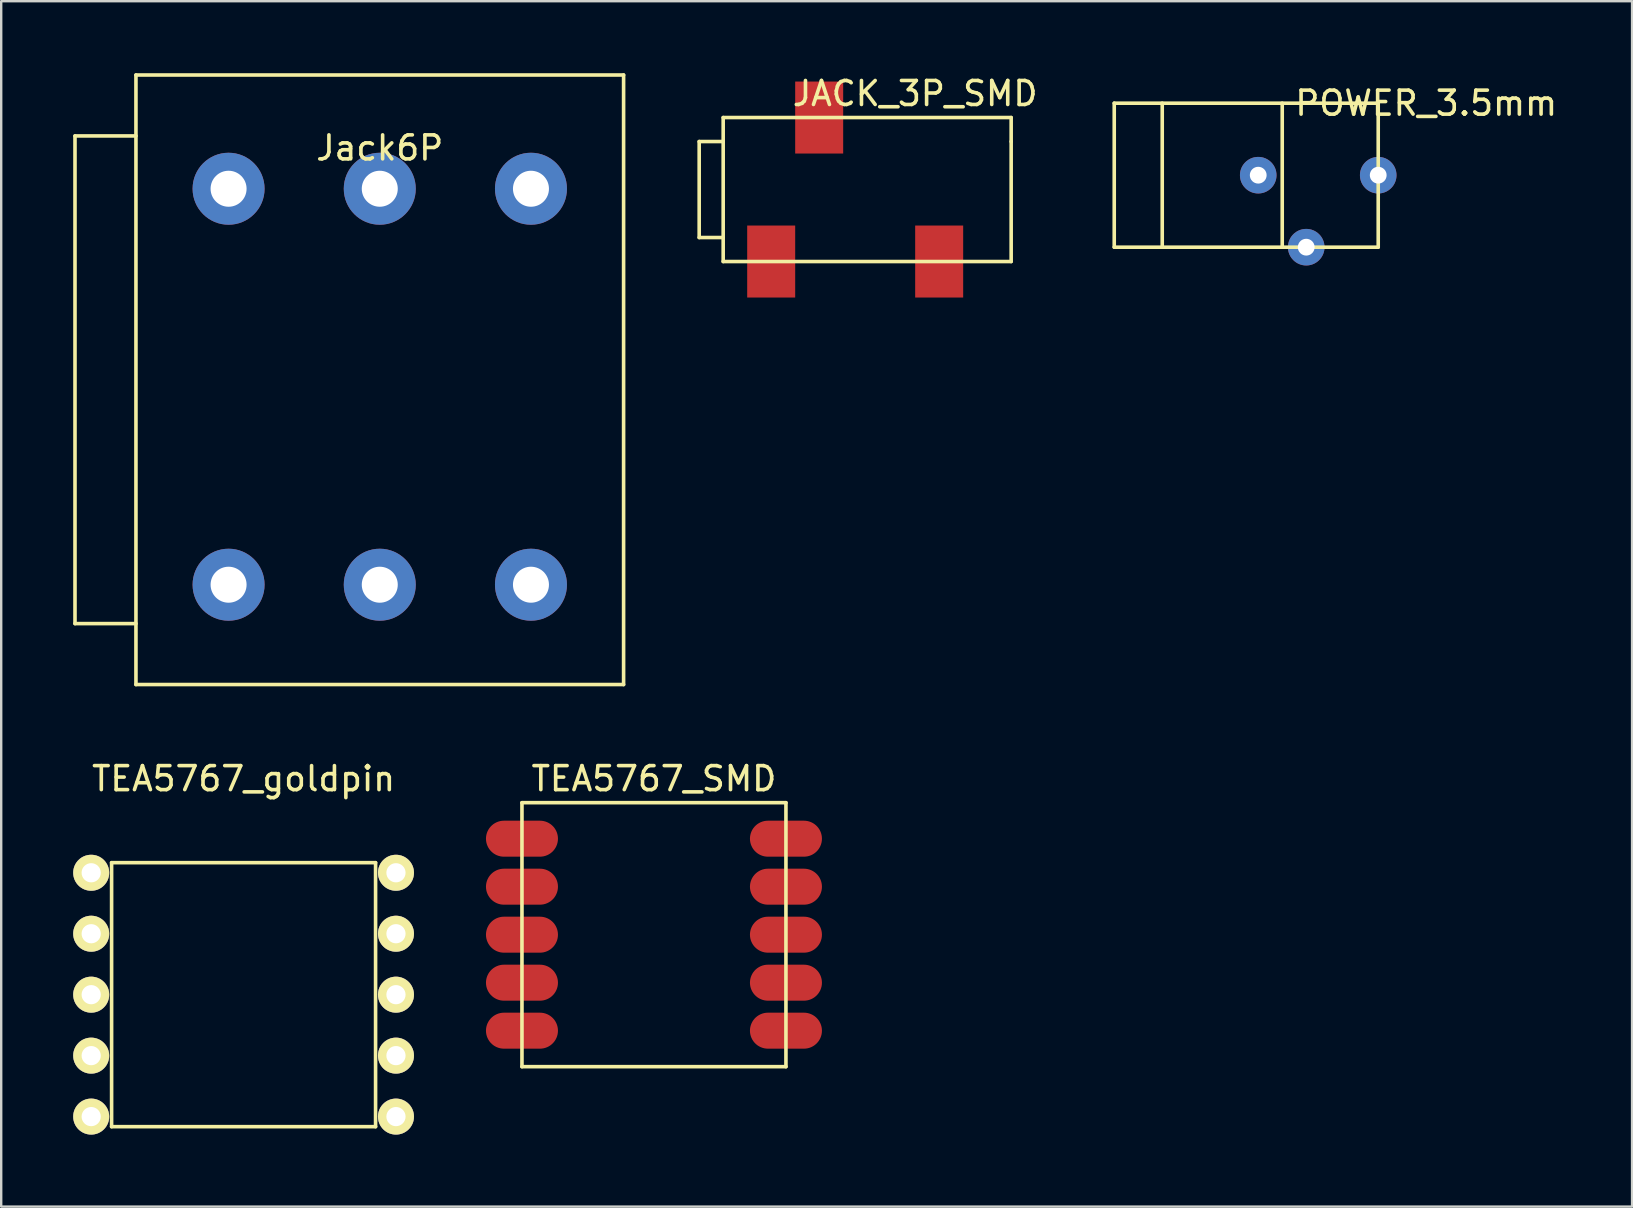
<source format=kicad_pcb>
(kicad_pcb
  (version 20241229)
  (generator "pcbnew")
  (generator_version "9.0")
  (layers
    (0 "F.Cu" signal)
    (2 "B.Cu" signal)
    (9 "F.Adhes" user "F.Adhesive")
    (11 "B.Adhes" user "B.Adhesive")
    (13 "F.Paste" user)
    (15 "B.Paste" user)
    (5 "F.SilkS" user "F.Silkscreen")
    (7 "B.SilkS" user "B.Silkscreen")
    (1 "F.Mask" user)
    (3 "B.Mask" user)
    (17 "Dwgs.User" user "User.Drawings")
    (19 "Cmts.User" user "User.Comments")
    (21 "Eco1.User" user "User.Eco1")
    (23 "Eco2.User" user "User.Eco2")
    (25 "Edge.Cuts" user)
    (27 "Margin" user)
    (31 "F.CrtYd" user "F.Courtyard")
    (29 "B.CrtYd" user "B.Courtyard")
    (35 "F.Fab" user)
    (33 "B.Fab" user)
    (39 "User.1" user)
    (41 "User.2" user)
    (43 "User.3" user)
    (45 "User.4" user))
  (footprint "JACK_3P_SMD"
    (layer "F.Cu")
    (at 36.085 7.848)
    (property "Reference" "JACK_3P_SMD" (at -1 -7 0) (layer "F.SilkS") (effects (font (size 1 1) (thickness 0.15))))
    (attr through_hole)
    (fp_line (start -10 -5) (end -10 -1) (stroke (width 0.15) (type solid)) (layer "F.SilkS"))
    (fp_line (start -10 -1) (end -9 -1) (stroke (width 0.15) (type solid)) (layer "F.SilkS"))
    (fp_line (start -9 -6) (end 3 -6) (stroke (width 0.15) (type solid)) (layer "F.SilkS"))
    (fp_line (start -9 -5) (end -10 -5) (stroke (width 0.15) (type solid)) (layer "F.SilkS"))
    (fp_line (start -9 -5) (end -9 -6) (stroke (width 0.15) (type solid)) (layer "F.SilkS"))
    (fp_line (start -9 -5) (end -9 0) (stroke (width 0.15) (type solid)) (layer "F.SilkS"))
    (fp_line (start -9 0) (end 3 0) (stroke (width 0.15) (type solid)) (layer "F.SilkS"))
    (fp_line (start 3 -6) (end 3 -5) (stroke (width 0.15) (type solid)) (layer "F.SilkS"))
    (fp_line (start 3 0) (end 3 -5) (stroke (width 0.15) (type solid)) (layer "F.SilkS"))
    (pad "1" smd rect (at 0 0) (size 2 3) (layers "F.Cu" "F.Mask" "F.Paste"))
    (pad "2" smd rect (at -5 -6) (size 2 3) (layers "F.Cu" "F.Mask" "F.Paste"))
    (pad "3" smd rect (at -7 0) (size 2 3) (layers "F.Cu" "F.Mask" "F.Paste")))
  (footprint "Jack6P"
    (layer "F.Cu")
    (at 12.775 2.615)
    (property "Reference" "Jack6P" (at 0 0.5 0) (layer "F.SilkS") (effects (font (size 1 1) (thickness 0.15))))
    (attr through_hole)
    (fp_line (start -12.7 0) (end -12.7 20.32) (stroke (width 0.15) (type solid)) (layer "F.SilkS"))
    (fp_line (start -12.7 20.32) (end -10.16 20.32) (stroke (width 0.15) (type solid)) (layer "F.SilkS"))
    (fp_line (start -10.16 -2.54) (end -10.16 22.86) (stroke (width 0.15) (type solid)) (layer "F.SilkS"))
    (fp_line (start -10.16 0) (end -12.7 0) (stroke (width 0.15) (type solid)) (layer "F.SilkS"))
    (fp_line (start -10.16 22.86) (end 10.16 22.86) (stroke (width 0.15) (type solid)) (layer "F.SilkS"))
    (fp_line (start 10.16 -2.54) (end -10.16 -2.54) (stroke (width 0.15) (type solid)) (layer "F.SilkS"))
    (fp_line (start 10.16 22.86) (end 10.16 -2.54) (stroke (width 0.15) (type solid)) (layer "F.SilkS"))
    (pad "1" thru_hole circle (at 6.3 18.7) (size 3 3) (drill 1.5) (layers "*.Cu" "*.Mask"))
    (pad "2" thru_hole circle (at 0 18.7) (size 3 3) (drill 1.5) (layers "*.Cu" "*.Mask"))
    (pad "3" thru_hole circle (at -6.3 18.7) (size 3 3) (drill 1.5) (layers "*.Cu" "*.Mask"))
    (pad "11" thru_hole circle (at 6.3 2.2) (size 3 3) (drill 1.5) (layers "*.Cu" "*.Mask"))
    (pad "21" thru_hole circle (at 0 2.2) (size 3 3) (drill 1.5) (layers "*.Cu" "*.Mask"))
    (pad "31" thru_hole circle (at -6.3 2.2) (size 3 3) (drill 1.5) (layers "*.Cu" "*.Mask")))
  (footprint "TEA5767_goldpin"
    (layer "F.Cu")
    (at 7.1 38.398)
    (property "Reference" "TEA5767_goldpin" (at 0 -9 0) (layer "F.SilkS") (effects (font (size 1 1) (thickness 0.15))))
    (attr through_hole)
    (fp_line (start -5.5 -5.5) (end -5.5 5.5) (stroke (width 0.15) (type solid)) (layer "F.SilkS"))
    (fp_line (start -5.5 5.5) (end 5.5 5.5) (stroke (width 0.15) (type solid)) (layer "F.SilkS"))
    (fp_line (start 5.5 -5.5) (end -5.5 -5.5) (stroke (width 0.15) (type solid)) (layer "F.SilkS"))
    (fp_line (start 5.5 5.5) (end 5.5 -5.5) (stroke (width 0.15) (type solid)) (layer "F.SilkS"))
    (pad "1" thru_hole circle (at -6.35 -5.08) (size 1.5 1.5) (drill 0.8) (layers "*.Cu" "*.Mask" "F.SilkS"))
    (pad "2" thru_hole circle (at -6.35 -2.54) (size 1.5 1.5) (drill 0.8) (layers "*.Cu" "*.Mask" "F.SilkS"))
    (pad "3" thru_hole circle (at -6.35 0) (size 1.5 1.5) (drill 0.8) (layers "*.Cu" "*.Mask" "F.SilkS"))
    (pad "4" thru_hole circle (at -6.35 2.54) (size 1.5 1.5) (drill 0.8) (layers "*.Cu" "*.Mask" "F.SilkS"))
    (pad "5" thru_hole circle (at -6.35 5.08) (size 1.5 1.5) (drill 0.8) (layers "*.Cu" "*.Mask" "F.SilkS"))
    (pad "6" thru_hole circle (at 6.35 5.08) (size 1.5 1.5) (drill 0.8) (layers "*.Cu" "*.Mask" "F.SilkS"))
    (pad "7" thru_hole circle (at 6.35 2.54) (size 1.5 1.5) (drill 0.8) (layers "*.Cu" "*.Mask" "F.SilkS"))
    (pad "8" thru_hole circle (at 6.35 0) (size 1.5 1.5) (drill 0.8) (layers "*.Cu" "*.Mask" "F.SilkS"))
    (pad "9" thru_hole circle (at 6.35 -2.54) (size 1.5 1.5) (drill 0.8) (layers "*.Cu" "*.Mask" "F.SilkS"))
    (pad "10" thru_hole circle (at 6.35 -5.08) (size 1.5 1.5) (drill 0.8) (layers "*.Cu" "*.Mask" "F.SilkS")))
  (footprint "TEA5767_SMD"
    (layer "F.Cu")
    (at 24.2 35.898)
    (property "Reference" "TEA5767_SMD" (at 0 -6.5 0) (layer "F.SilkS") (effects (font (size 1 1) (thickness 0.15))))
    (attr through_hole)
    (fp_line (start -5.5 -5.5) (end -5.5 5.5) (stroke (width 0.15) (type solid)) (layer "F.SilkS"))
    (fp_line (start -5.5 5.5) (end 5.5 5.5) (stroke (width 0.15) (type solid)) (layer "F.SilkS"))
    (fp_line (start 5.5 -5.5) (end -5.5 -5.5) (stroke (width 0.15) (type solid)) (layer "F.SilkS"))
    (fp_line (start 5.5 5.5) (end 5.5 -5.5) (stroke (width 0.15) (type solid)) (layer "F.SilkS"))
    (pad "1" smd oval (at -5.5 -4) (size 3 1.5) (layers "F.Cu" "F.Mask" "F.Paste"))
    (pad "2" smd oval (at -5.5 -2) (size 3 1.5) (layers "F.Cu" "F.Mask" "F.Paste"))
    (pad "3" smd oval (at -5.5 0) (size 3 1.5) (layers "F.Cu" "F.Mask" "F.Paste"))
    (pad "4" smd oval (at -5.5 2) (size 3 1.5) (layers "F.Cu" "F.Mask" "F.Paste"))
    (pad "5" smd oval (at -5.5 4) (size 3 1.5) (layers "F.Cu" "F.Mask" "F.Paste"))
    (pad "6" smd oval (at 5.5 4) (size 3 1.5) (layers "F.Cu" "F.Mask" "F.Paste"))
    (pad "7" smd oval (at 5.5 2) (size 3 1.5) (layers "F.Cu" "F.Mask" "F.Paste"))
    (pad "8" smd oval (at 5.5 0) (size 3 1.5) (layers "F.Cu" "F.Mask" "F.Paste"))
    (pad "9" smd oval (at 5.5 -2) (size 3 1.5) (layers "F.Cu" "F.Mask" "F.Paste"))
    (pad "10" smd oval (at 5.5 -4) (size 3 1.5) (layers "F.Cu" "F.Mask" "F.Paste")))
  (footprint "POWER_3.5mm"
    (layer "F.Cu")
    (at 53.38 0.25)
    (property "Reference" "POWER_3.5mm" (at 3 1 0) (layer "F.SilkS") (effects (font (size 1 1) (thickness 0.15))))
    (attr through_hole)
    (fp_line (start -10 1) (end -10 7) (stroke (width 0.15) (type solid)) (layer "F.SilkS"))
    (fp_line (start -10 7) (end -2 7) (stroke (width 0.15) (type solid)) (layer "F.SilkS"))
    (fp_line (start -8 1) (end -8 7) (stroke (width 0.15) (type solid)) (layer "F.SilkS"))
    (fp_line (start -3 1) (end -3 7) (stroke (width 0.15) (type solid)) (layer "F.SilkS"))
    (fp_line (start -2 7) (end 1 7) (stroke (width 0.15) (type solid)) (layer "F.SilkS"))
    (fp_line (start 1 1) (end -10 1) (stroke (width 0.15) (type solid)) (layer "F.SilkS"))
    (fp_line (start 1 4) (end 1 1) (stroke (width 0.15) (type solid)) (layer "F.SilkS"))
    (fp_line (start 1 7) (end 1 4) (stroke (width 0.15) (type solid)) (layer "F.SilkS"))
    (pad "1" thru_hole circle (at -4 4) (size 1.524 1.524) (drill 0.7) (layers "*.Cu" "*.Mask"))
    (pad "2" thru_hole circle (at 1 4) (size 1.524 1.524) (drill 0.7) (layers "*.Cu" "*.Mask"))
    (pad "3" thru_hole circle (at -2 7) (size 1.524 1.524) (drill 0.7) (layers "*.Cu" "*.Mask")))
  (gr_rect
    (start -3 -3)
    (end 64.958 47.228)
    (stroke (width 0.1) (type default))
    (fill no)
    (layer "Edge.Cuts")))
</source>
